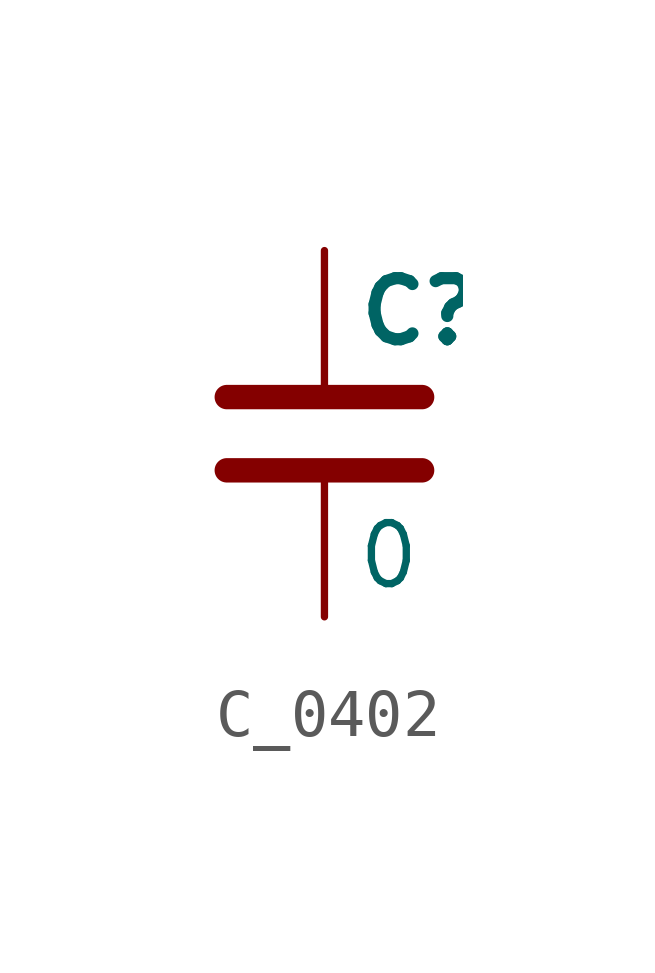
<source format=kicad_sym>
(kicad_symbol_lib
  (version 20220914)
  (generator kicad_symbol_editor)
  (symbol "C_0402"
    (pin_numbers hide)
    (pin_names
      (offset 0.254))
    (property "Reference" "C"
      (at 0.635 2.54 0)
      (effects (font (size 1.27 1.27) bold) (justify left)))
    (property "Value" "0"
      (at 0.635 -2.54 0)
      (effects (font (size 1.27 1.27)) (justify left)))
    (symbol "C_0402_0_1"
      (polyline (pts (xy -2.032 -0.762) (xy 2.032 -0.762)) (stroke (width 0.508) (type default)) (fill (type none)))
      (polyline (pts (xy -2.032 0.762) (xy 2.032 0.762)) (stroke (width 0.508) (type default)) (fill (type none))))
    (symbol "C_0402_1_1"
      (pin passive line (at 0 3.81 270) (length 2.794) (name "~" (effects (font (size 1.27 1.27)))) (number "1" (effects (font (size 1.27 1.27)))))
      (pin passive line (at 0 -3.81 90) (length 2.794) (name "~" (effects (font (size 1.27 1.27)))) (number "2" (effects (font (size 1.27 1.27))))))))
</source>
